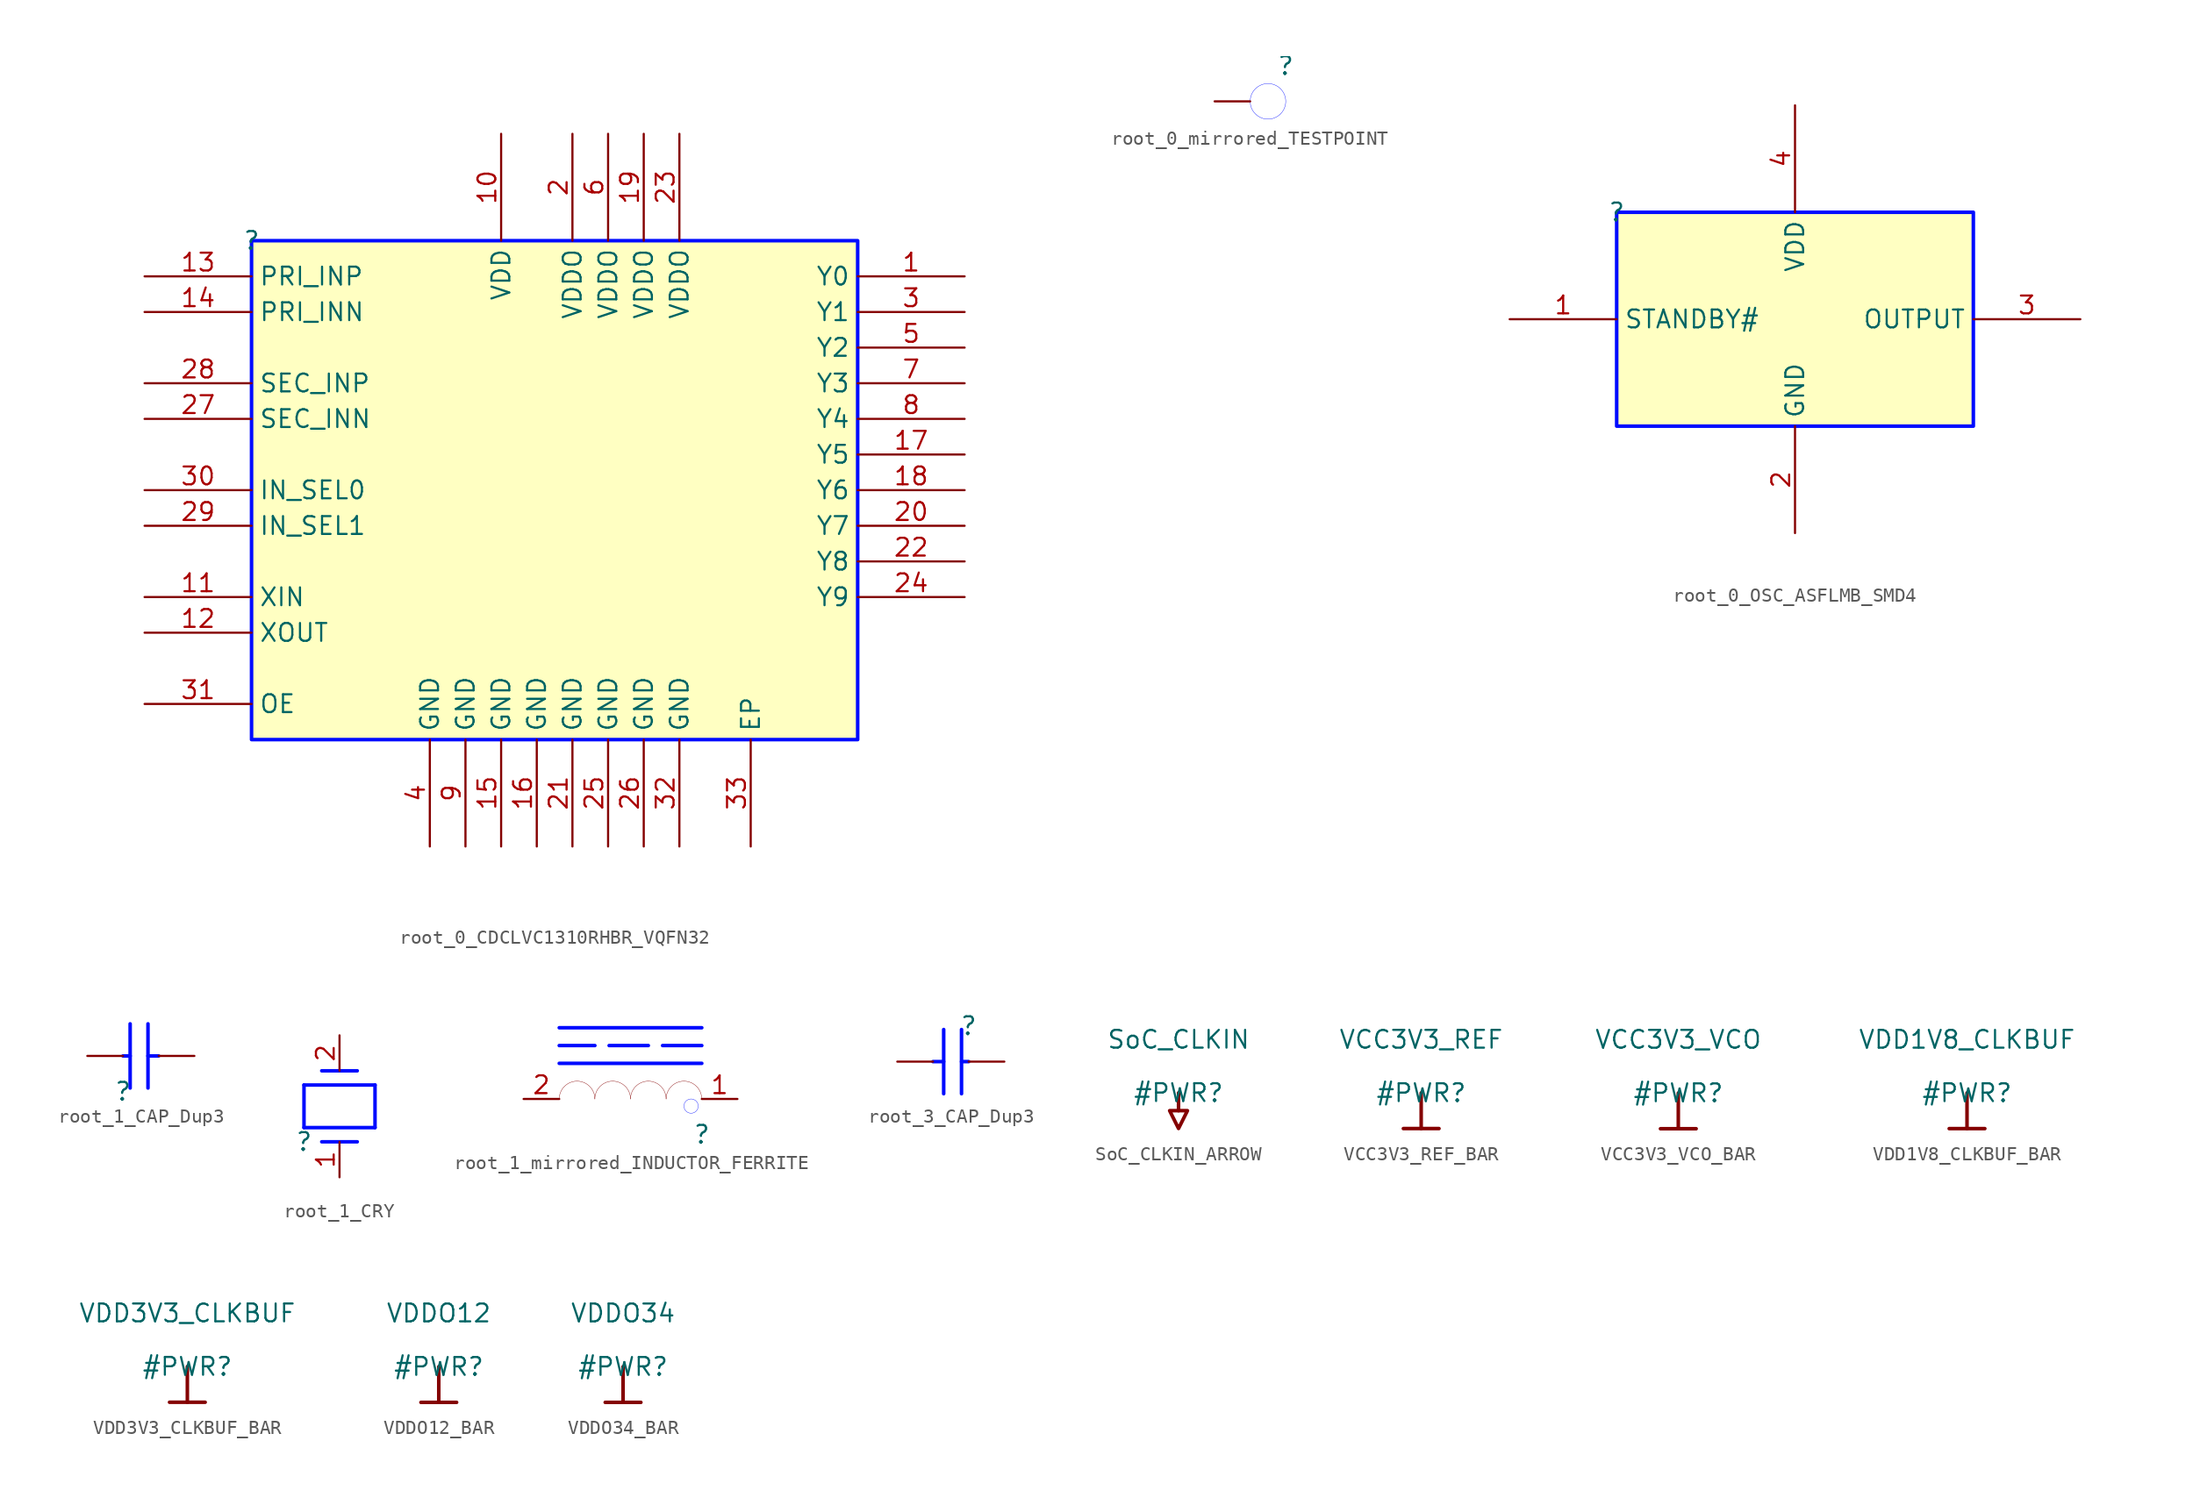
<source format=kicad_sym>
(kicad_symbol_lib
  (version 20231120)
  (generator "kicad_symbol_editor")
  (generator_version "8.0")
  (symbol "root_0_CDCLVC1310RHBR_VQFN32"
    (property "Reference" ""
      (at 0 0 0)
      (effects (font (size 1.27 1.27))))
    (property "Value" ""
      (at 0 0 0)
      (effects (font (size 1.27 1.27))))
    (symbol "root_0_CDCLVC1310RHBR_VQFN32_1_0"
      (rectangle (start 43.18 0) (end 0 -35.56) (stroke (width 0.254) (type solid) (color 0 11 255 1)) (fill (type background)))
      (pin output line (at 50.8 -2.54 180) (length 7.62) (name "Y0" (effects (font (size 1.27 1.27)))) (number "1" (effects (font (size 1.27 1.27)))))
      (pin power_in line (at 17.78 7.62 270) (length 7.62) (name "VDD" (effects (font (size 1.27 1.27)))) (number "10" (effects (font (size 1.27 1.27)))))
      (pin input line (at -7.62 -25.4 0) (length 7.62) (name "XIN" (effects (font (size 1.27 1.27)))) (number "11" (effects (font (size 1.27 1.27)))))
      (pin output line (at -7.62 -27.94 0) (length 7.62) (name "XOUT" (effects (font (size 1.27 1.27)))) (number "12" (effects (font (size 1.27 1.27)))))
      (pin input line (at -7.62 -2.54 0) (length 7.62) (name "PRI_INP" (effects (font (size 1.27 1.27)))) (number "13" (effects (font (size 1.27 1.27)))))
      (pin input line (at -7.62 -5.08 0) (length 7.62) (name "PRI_INN" (effects (font (size 1.27 1.27)))) (number "14" (effects (font (size 1.27 1.27)))))
      (pin power_in line (at 17.78 -43.18 90) (length 7.62) (name "GND" (effects (font (size 1.27 1.27)))) (number "15" (effects (font (size 1.27 1.27)))))
      (pin power_in line (at 20.32 -43.18 90) (length 7.62) (name "GND" (effects (font (size 1.27 1.27)))) (number "16" (effects (font (size 1.27 1.27)))))
      (pin output line (at 50.8 -15.24 180) (length 7.62) (name "Y5" (effects (font (size 1.27 1.27)))) (number "17" (effects (font (size 1.27 1.27)))))
      (pin output line (at 50.8 -17.78 180) (length 7.62) (name "Y6" (effects (font (size 1.27 1.27)))) (number "18" (effects (font (size 1.27 1.27)))))
      (pin power_in line (at 27.94 7.62 270) (length 7.62) (name "VDDO" (effects (font (size 1.27 1.27)))) (number "19" (effects (font (size 1.27 1.27)))))
      (pin power_in line (at 22.86 7.62 270) (length 7.62) (name "VDDO" (effects (font (size 1.27 1.27)))) (number "2" (effects (font (size 1.27 1.27)))))
      (pin output line (at 50.8 -20.32 180) (length 7.62) (name "Y7" (effects (font (size 1.27 1.27)))) (number "20" (effects (font (size 1.27 1.27)))))
      (pin power_in line (at 22.86 -43.18 90) (length 7.62) (name "GND" (effects (font (size 1.27 1.27)))) (number "21" (effects (font (size 1.27 1.27)))))
      (pin output line (at 50.8 -22.86 180) (length 7.62) (name "Y8" (effects (font (size 1.27 1.27)))) (number "22" (effects (font (size 1.27 1.27)))))
      (pin power_in line (at 30.48 7.62 270) (length 7.62) (name "VDDO" (effects (font (size 1.27 1.27)))) (number "23" (effects (font (size 1.27 1.27)))))
      (pin output line (at 50.8 -25.4 180) (length 7.62) (name "Y9" (effects (font (size 1.27 1.27)))) (number "24" (effects (font (size 1.27 1.27)))))
      (pin power_in line (at 25.4 -43.18 90) (length 7.62) (name "GND" (effects (font (size 1.27 1.27)))) (number "25" (effects (font (size 1.27 1.27)))))
      (pin power_in line (at 27.94 -43.18 90) (length 7.62) (name "GND" (effects (font (size 1.27 1.27)))) (number "26" (effects (font (size 1.27 1.27)))))
      (pin input line (at -7.62 -12.7 0) (length 7.62) (name "SEC_INN" (effects (font (size 1.27 1.27)))) (number "27" (effects (font (size 1.27 1.27)))))
      (pin input line (at -7.62 -10.16 0) (length 7.62) (name "SEC_INP" (effects (font (size 1.27 1.27)))) (number "28" (effects (font (size 1.27 1.27)))))
      (pin input line (at -7.62 -20.32 0) (length 7.62) (name "IN_SEL1" (effects (font (size 1.27 1.27)))) (number "29" (effects (font (size 1.27 1.27)))))
      (pin output line (at 50.8 -5.08 180) (length 7.62) (name "Y1" (effects (font (size 1.27 1.27)))) (number "3" (effects (font (size 1.27 1.27)))))
      (pin input line (at -7.62 -17.78 0) (length 7.62) (name "IN_SEL0" (effects (font (size 1.27 1.27)))) (number "30" (effects (font (size 1.27 1.27)))))
      (pin passive line (at -7.62 -33.02 0) (length 7.62) (name "OE" (effects (font (size 1.27 1.27)))) (number "31" (effects (font (size 1.27 1.27)))))
      (pin power_in line (at 30.48 -43.18 90) (length 7.62) (name "GND" (effects (font (size 1.27 1.27)))) (number "32" (effects (font (size 1.27 1.27)))))
      (pin power_in line (at 35.56 -43.18 90) (length 7.62) (name "EP" (effects (font (size 1.27 1.27)))) (number "33" (effects (font (size 1.27 1.27)))))
      (pin power_in line (at 12.7 -43.18 90) (length 7.62) (name "GND" (effects (font (size 1.27 1.27)))) (number "4" (effects (font (size 1.27 1.27)))))
      (pin output line (at 50.8 -7.62 180) (length 7.62) (name "Y2" (effects (font (size 1.27 1.27)))) (number "5" (effects (font (size 1.27 1.27)))))
      (pin power_in line (at 25.4 7.62 270) (length 7.62) (name "VDDO" (effects (font (size 1.27 1.27)))) (number "6" (effects (font (size 1.27 1.27)))))
      (pin output line (at 50.8 -10.16 180) (length 7.62) (name "Y3" (effects (font (size 1.27 1.27)))) (number "7" (effects (font (size 1.27 1.27)))))
      (pin output line (at 50.8 -12.7 180) (length 7.62) (name "Y4" (effects (font (size 1.27 1.27)))) (number "8" (effects (font (size 1.27 1.27)))))
      (pin power_in line (at 15.24 -43.18 90) (length 7.62) (name "GND" (effects (font (size 1.27 1.27)))) (number "9" (effects (font (size 1.27 1.27)))))))
  (symbol "root_0_mirrored_TESTPOINT"
    (property "Reference" ""
      (at 0 0 0)
      (effects (font (size 1.27 1.27))))
    (property "Value" ""
      (at 0 0 0)
      (effects (font (size 1.27 1.27))))
    (symbol "root_0_mirrored_TESTPOINT_1_0"
      (circle (center -1.27 -2.54) (radius 1.27) (stroke (width 0.025) (type solid) (color 0 11 255 1)) (fill (type none)))
      (pin passive line (at -5.08 -2.54 0) (length 2.54) (name "TP" (effects (font (size 0 0)))) (number "1" (effects (font (size 0 0)))))))
  (symbol "root_0_OSC_ASFLMB_SMD4"
    (property "Reference" ""
      (at 0 0 0)
      (effects (font (size 1.27 1.27))))
    (property "Value" ""
      (at 0 0 0)
      (effects (font (size 1.27 1.27))))
    (symbol "root_0_OSC_ASFLMB_SMD4_1_0"
      (rectangle (start 25.4 0) (end 0 -15.24) (stroke (width 0.254) (type solid) (color 0 11 255 1)) (fill (type background)))
      (pin input line (at -7.62 -7.62 0) (length 7.62) (name "STANDBY#" (effects (font (size 1.27 1.27)))) (number "1" (effects (font (size 1.27 1.27)))))
      (pin power_in line (at 12.7 -22.86 90) (length 7.62) (name "GND" (effects (font (size 1.27 1.27)))) (number "2" (effects (font (size 1.27 1.27)))))
      (pin output line (at 33.02 -7.62 180) (length 7.62) (name "OUTPUT" (effects (font (size 1.27 1.27)))) (number "3" (effects (font (size 1.27 1.27)))))
      (pin power_in line (at 12.7 7.62 270) (length 7.62) (name "VDD" (effects (font (size 1.27 1.27)))) (number "4" (effects (font (size 1.27 1.27)))))))
  (symbol "root_1_CAP_Dup3"
    (property "Reference" ""
      (at 0 0 0)
      (effects (font (size 1.27 1.27))))
    (property "Value" ""
      (at 0 0 0)
      (effects (font (size 1.27 1.27))))
    (symbol "root_1_CAP_Dup3_1_0"
      (polyline (pts (xy 0 2.54) (xy 0.508 2.54)) (stroke (width 0.254) (type solid) (color 0 11 255 1)) (fill (type none)))
      (polyline (pts (xy 0.508 0.254) (xy 0.508 4.826)) (stroke (width 0.254) (type solid) (color 0 11 255 1)) (fill (type none)))
      (polyline (pts (xy 1.778 0.254) (xy 1.778 4.826)) (stroke (width 0.254) (type solid) (color 0 11 255 1)) (fill (type none)))
      (polyline (pts (xy 2.54 2.54) (xy 1.778 2.54)) (stroke (width 0.254) (type solid) (color 0 11 255 1)) (fill (type none)))
      (pin passive line (at -2.54 2.54 0) (length 2.54) (name "1" (effects (font (size 0 0)))) (number "1" (effects (font (size 0 0)))))
      (pin passive line (at 5.08 2.54 180) (length 2.54) (name "2" (effects (font (size 0 0)))) (number "2" (effects (font (size 0 0)))))))
  (symbol "root_1_CRY"
    (property "Reference" ""
      (at 0 0 0)
      (effects (font (size 1.27 1.27))))
    (property "Value" ""
      (at 0 0 0)
      (effects (font (size 1.27 1.27))))
    (symbol "root_1_CRY_1_0"
      (polyline (pts (xy 0 1.016) (xy 5.08 1.016)) (stroke (width 0.254) (type solid) (color 0 11 255 1)) (fill (type none)))
      (polyline (pts (xy 0 4.064) (xy 0 1.016)) (stroke (width 0.254) (type solid) (color 0 11 255 1)) (fill (type none)))
      (polyline (pts (xy 1.27 0) (xy 3.81 0)) (stroke (width 0.254) (type solid) (color 0 11 255 1)) (fill (type none)))
      (polyline (pts (xy 1.27 5.08) (xy 3.81 5.08)) (stroke (width 0.254) (type solid) (color 0 11 255 1)) (fill (type none)))
      (polyline (pts (xy 5.08 1.016) (xy 5.08 4.064)) (stroke (width 0.254) (type solid) (color 0 11 255 1)) (fill (type none)))
      (polyline (pts (xy 5.08 4.064) (xy 0 4.064)) (stroke (width 0.254) (type solid) (color 0 11 255 1)) (fill (type none)))
      (pin passive line (at 2.54 -2.54 90) (length 2.54) (name "1" (effects (font (size 0 0)))) (number "1" (effects (font (size 1.27 1.27)))))
      (pin passive line (at 2.54 7.62 270) (length 2.54) (name "2" (effects (font (size 0 0)))) (number "2" (effects (font (size 1.27 1.27)))))))
  (symbol "root_1_mirrored_INDUCTOR_FERRITE"
    (property "Reference" ""
      (at 0 0 0)
      (effects (font (size 1.27 1.27))))
    (property "Value" ""
      (at 0 0 0)
      (effects (font (size 1.27 1.27))))
    (symbol "root_1_mirrored_INDUCTOR_FERRITE_1_0"
      (arc (start -8.89 3.81) (mid -9.788 3.438) (end -10.16 2.54) (stroke (width 0.0254) (type solid)) (fill (type none)))
      (arc (start -7.62 2.54) (mid -7.992 3.438) (end -8.89 3.81) (stroke (width 0.0254) (type solid)) (fill (type none)))
      (arc (start -6.35 3.81) (mid -7.248 3.438) (end -7.62 2.54) (stroke (width 0.0254) (type solid)) (fill (type none)))
      (arc (start -5.08 2.54) (mid -5.452 3.438) (end -6.35 3.81) (stroke (width 0.0254) (type solid)) (fill (type none)))
      (arc (start -3.81 3.81) (mid -4.708 3.438) (end -5.08 2.54) (stroke (width 0.0254) (type solid)) (fill (type none)))
      (arc (start -2.54 2.54) (mid -2.912 3.438) (end -3.81 3.81) (stroke (width 0.0254) (type solid)) (fill (type none)))
      (arc (start -1.27 3.81) (mid -2.168 3.438) (end -2.54 2.54) (stroke (width 0.0254) (type solid)) (fill (type none)))
      (circle (center -0.762 2.032) (radius 0.508) (stroke (width 0.025) (type solid) (color 0 11 255 1)) (fill (type none)))
      (polyline (pts (xy 0 5.08) (xy -10.16 5.08)) (stroke (width 0.254) (type solid) (color 0 11 255 1)) (fill (type none)))
      (polyline (pts (xy 0 6.35) (xy -10.16 6.35)) (stroke (width 0.254) (type dash) (color 0 11 255 1)) (fill (type none)))
      (polyline (pts (xy 0 7.62) (xy -10.16 7.62)) (stroke (width 0.254) (type solid) (color 0 11 255 1)) (fill (type none)))
      (arc (start 0 2.54) (mid -0.372 3.438) (end -1.27 3.81) (stroke (width 0.0254) (type solid)) (fill (type none)))
      (pin passive line (at 2.54 2.54 180) (length 2.54) (name "1" (effects (font (size 0 0)))) (number "1" (effects (font (size 1.27 1.27)))))
      (pin passive line (at -12.7 2.54 0) (length 2.54) (name "2" (effects (font (size 0 0)))) (number "2" (effects (font (size 1.27 1.27)))))))
  (symbol "root_3_CAP_Dup3"
    (property "Reference" ""
      (at 0 0 0)
      (effects (font (size 1.27 1.27))))
    (property "Value" ""
      (at 0 0 0)
      (effects (font (size 1.27 1.27))))
    (symbol "root_3_CAP_Dup3_1_0"
      (polyline (pts (xy -2.54 -2.54) (xy -1.778 -2.54)) (stroke (width 0.254) (type solid) (color 0 11 255 1)) (fill (type none)))
      (polyline (pts (xy -1.778 -0.254) (xy -1.778 -4.826)) (stroke (width 0.254) (type solid) (color 0 11 255 1)) (fill (type none)))
      (polyline (pts (xy -0.508 -0.254) (xy -0.508 -4.826)) (stroke (width 0.254) (type solid) (color 0 11 255 1)) (fill (type none)))
      (polyline (pts (xy 0 -2.54) (xy -0.508 -2.54)) (stroke (width 0.254) (type solid) (color 0 11 255 1)) (fill (type none)))
      (pin passive line (at 2.54 -2.54 180) (length 2.54) (name "1" (effects (font (size 0 0)))) (number "1" (effects (font (size 0 0)))))
      (pin passive line (at -5.08 -2.54 0) (length 2.54) (name "2" (effects (font (size 0 0)))) (number "2" (effects (font (size 0 0)))))))
  (symbol "SoC_CLKIN_ARROW"
    (power)
    (property "Reference" "#PWR"
      (at 0 0 0)
      (effects (font (size 1.27 1.27))))
    (property "Value" "SoC_CLKIN"
      (at 0 3.81 0)
      (effects (font (size 1.27 1.27))))
    (symbol "SoC_CLKIN_ARROW_0_0"
      (polyline (pts (xy 0 0) (xy 0 -1.27)) (stroke (width 0.254) (type solid)) (fill (type none)))
      (polyline (pts (xy -0.635 -1.27) (xy 0.635 -1.27) (xy 0 -2.54) (xy -0.635 -1.27)) (stroke (width 0.254) (type solid)) (fill (type none)))
      (pin power_in line (at 0 0 0) (length 0) hide (name "SoC_CLKIN" (effects (font (size 1.27 1.27)))) (number "" (effects (font (size 1.27 1.27)))))))
  (symbol "VCC3V3_REF_BAR"
    (power)
    (property "Reference" "#PWR"
      (at 0 0 0)
      (effects (font (size 1.27 1.27))))
    (property "Value" "VCC3V3_REF"
      (at 0 3.81 0)
      (effects (font (size 1.27 1.27))))
    (symbol "VCC3V3_REF_BAR_0_0"
      (polyline (pts (xy -1.27 -2.54) (xy 1.27 -2.54)) (stroke (width 0.254) (type solid)) (fill (type none)))
      (polyline (pts (xy 0 0) (xy 0 -2.54)) (stroke (width 0.254) (type solid)) (fill (type none)))
      (pin power_in line (at 0 0 0) (length 0) hide (name "VCC3V3_REF" (effects (font (size 1.27 1.27)))) (number "" (effects (font (size 1.27 1.27)))))))
  (symbol "VCC3V3_VCO_BAR"
    (power)
    (property "Reference" "#PWR"
      (at 0 0 0)
      (effects (font (size 1.27 1.27))))
    (property "Value" "VCC3V3_VCO"
      (at 0 3.81 0)
      (effects (font (size 1.27 1.27))))
    (symbol "VCC3V3_VCO_BAR_0_0"
      (polyline (pts (xy -1.27 -2.54) (xy 1.27 -2.54)) (stroke (width 0.254) (type solid)) (fill (type none)))
      (polyline (pts (xy 0 0) (xy 0 -2.54)) (stroke (width 0.254) (type solid)) (fill (type none)))
      (pin power_in line (at 0 0 0) (length 0) hide (name "VCC3V3_VCO" (effects (font (size 1.27 1.27)))) (number "" (effects (font (size 1.27 1.27)))))))
  (symbol "VDD1V8_CLKBUF_BAR"
    (power)
    (property "Reference" "#PWR"
      (at 0 0 0)
      (effects (font (size 1.27 1.27))))
    (property "Value" "VDD1V8_CLKBUF"
      (at 0 3.81 0)
      (effects (font (size 1.27 1.27))))
    (symbol "VDD1V8_CLKBUF_BAR_0_0"
      (polyline (pts (xy -1.27 -2.54) (xy 1.27 -2.54)) (stroke (width 0.254) (type solid)) (fill (type none)))
      (polyline (pts (xy 0 0) (xy 0 -2.54)) (stroke (width 0.254) (type solid)) (fill (type none)))
      (pin power_in line (at 0 0 0) (length 0) hide (name "VDD1V8_CLKBUF" (effects (font (size 1.27 1.27)))) (number "" (effects (font (size 1.27 1.27)))))))
  (symbol "VDD3V3_CLKBUF_BAR"
    (power)
    (property "Reference" "#PWR"
      (at 0 0 0)
      (effects (font (size 1.27 1.27))))
    (property "Value" "VDD3V3_CLKBUF"
      (at 0 3.81 0)
      (effects (font (size 1.27 1.27))))
    (symbol "VDD3V3_CLKBUF_BAR_0_0"
      (polyline (pts (xy -1.27 -2.54) (xy 1.27 -2.54)) (stroke (width 0.254) (type solid)) (fill (type none)))
      (polyline (pts (xy 0 0) (xy 0 -2.54)) (stroke (width 0.254) (type solid)) (fill (type none)))
      (pin power_in line (at 0 0 0) (length 0) hide (name "VDD3V3_CLKBUF" (effects (font (size 1.27 1.27)))) (number "" (effects (font (size 1.27 1.27)))))))
  (symbol "VDDO12_BAR"
    (power)
    (property "Reference" "#PWR"
      (at 0 0 0)
      (effects (font (size 1.27 1.27))))
    (property "Value" "VDDO12"
      (at 0 3.81 0)
      (effects (font (size 1.27 1.27))))
    (symbol "VDDO12_BAR_0_0"
      (polyline (pts (xy -1.27 -2.54) (xy 1.27 -2.54)) (stroke (width 0.254) (type solid)) (fill (type none)))
      (polyline (pts (xy 0 0) (xy 0 -2.54)) (stroke (width 0.254) (type solid)) (fill (type none)))
      (pin power_in line (at 0 0 0) (length 0) hide (name "VDDO12" (effects (font (size 1.27 1.27)))) (number "" (effects (font (size 1.27 1.27)))))))
  (symbol "VDDO34_BAR"
    (power)
    (property "Reference" "#PWR"
      (at 0 0 0)
      (effects (font (size 1.27 1.27))))
    (property "Value" "VDDO34"
      (at 0 3.81 0)
      (effects (font (size 1.27 1.27))))
    (symbol "VDDO34_BAR_0_0"
      (polyline (pts (xy -1.27 -2.54) (xy 1.27 -2.54)) (stroke (width 0.254) (type solid)) (fill (type none)))
      (polyline (pts (xy 0 0) (xy 0 -2.54)) (stroke (width 0.254) (type solid)) (fill (type none)))
      (pin power_in line (at 0 0 0) (length 0) hide (name "VDDO34" (effects (font (size 1.27 1.27)))) (number "" (effects (font (size 1.27 1.27))))))))
</source>
